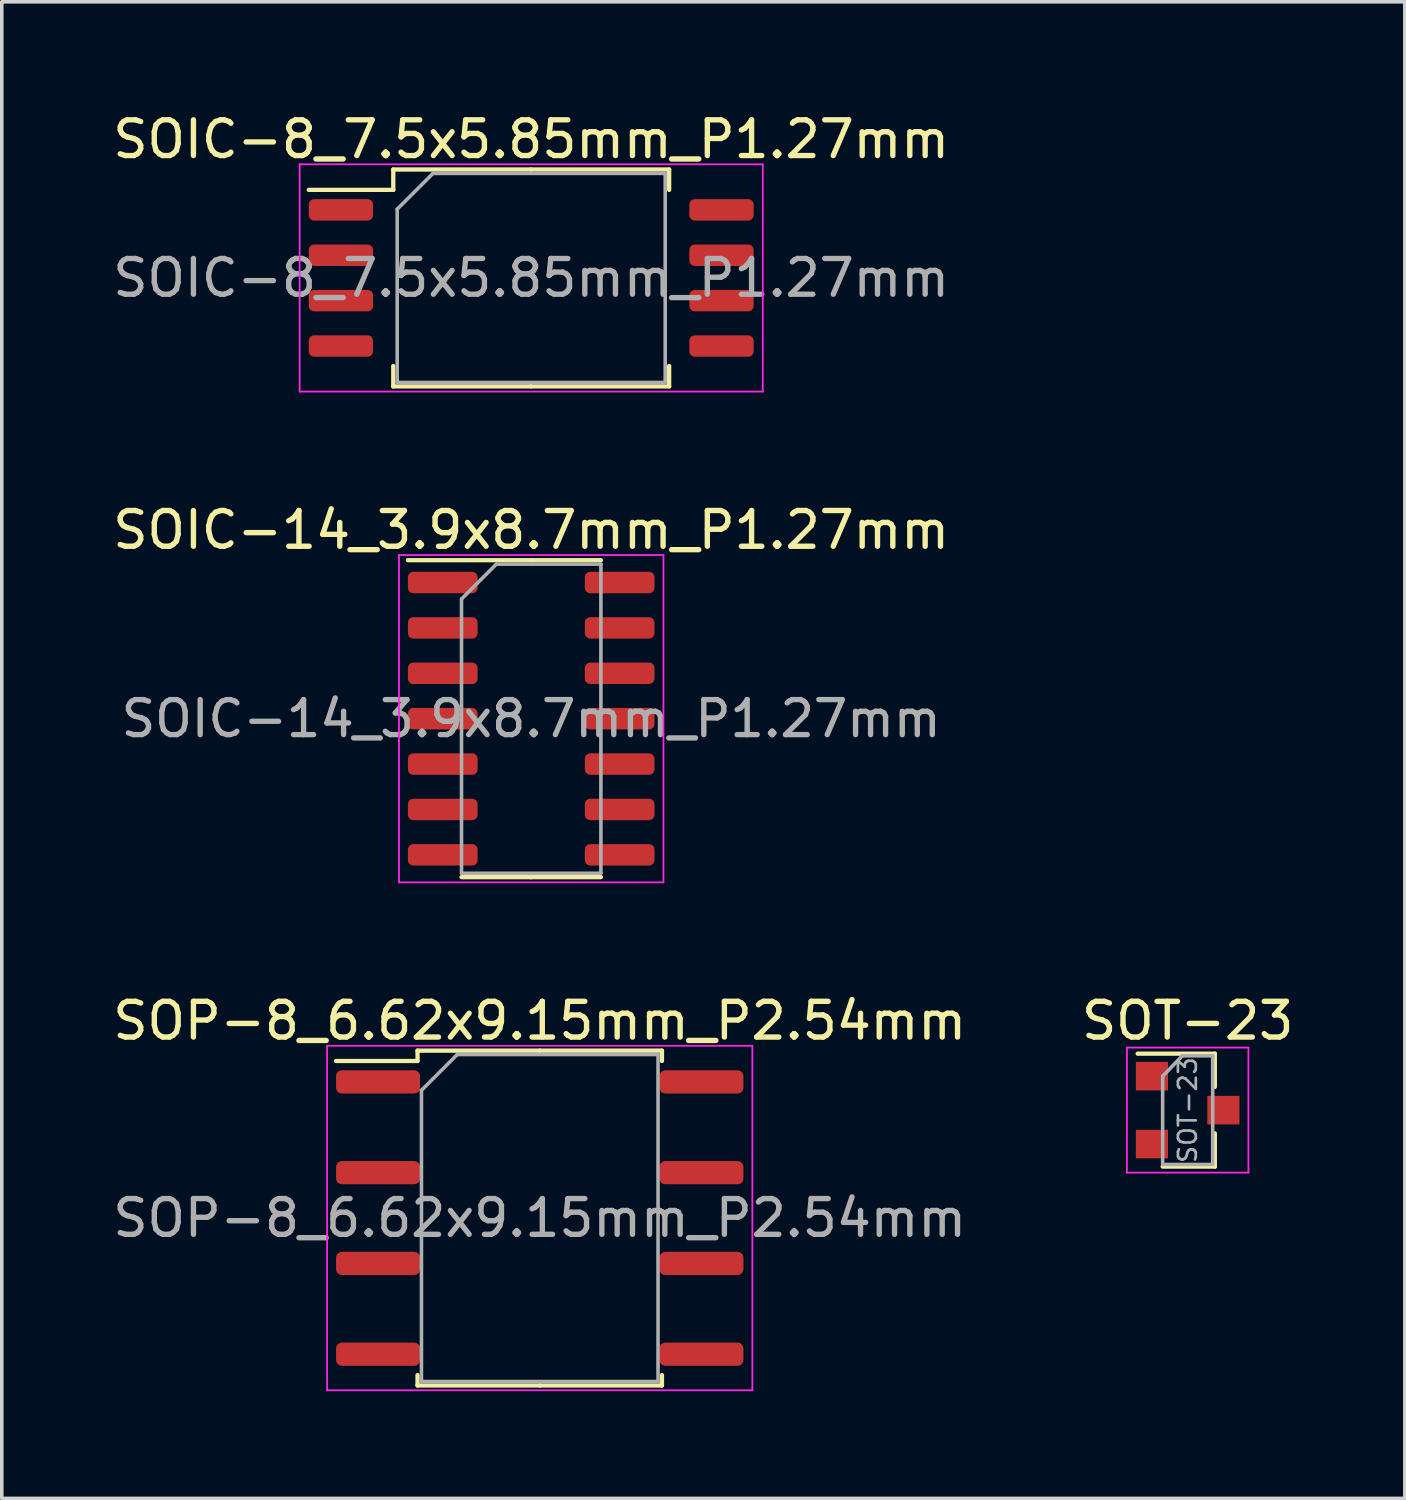
<source format=kicad_pcb>
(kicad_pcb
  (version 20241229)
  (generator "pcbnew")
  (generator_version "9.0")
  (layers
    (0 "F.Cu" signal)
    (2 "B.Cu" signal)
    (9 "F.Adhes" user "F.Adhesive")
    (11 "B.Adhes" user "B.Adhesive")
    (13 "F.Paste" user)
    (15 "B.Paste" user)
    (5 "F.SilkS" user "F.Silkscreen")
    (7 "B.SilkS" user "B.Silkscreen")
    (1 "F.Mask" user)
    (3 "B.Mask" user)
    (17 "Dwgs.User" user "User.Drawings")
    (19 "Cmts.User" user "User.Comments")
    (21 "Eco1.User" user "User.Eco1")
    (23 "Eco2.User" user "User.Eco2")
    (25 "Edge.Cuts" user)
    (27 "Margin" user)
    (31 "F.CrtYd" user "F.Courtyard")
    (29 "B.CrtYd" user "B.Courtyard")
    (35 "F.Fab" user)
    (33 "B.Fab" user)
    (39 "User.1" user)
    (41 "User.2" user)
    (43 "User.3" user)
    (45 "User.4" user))
  (footprint "SOIC-8_7.5x5.85mm_P1.27mm"
    (layer "F.Cu")
    (at 11.815 4.728)
    (property "Reference" "SOIC-8_7.5x5.85mm_P1.27mm" (at 0 -3.88 0) (layer "F.SilkS") (effects (font (size 1 1) (thickness 0.15))))
    (attr smd)
    (fp_line (start -3.86 -3.035) (end -3.86 -2.465) (stroke (width 0.12) (type solid)) (layer "F.SilkS"))
    (fp_line (start -3.86 -2.465) (end -6.225 -2.465) (stroke (width 0.12) (type solid)) (layer "F.SilkS"))
    (fp_line (start -3.86 3.035) (end -3.86 2.465) (stroke (width 0.12) (type solid)) (layer "F.SilkS"))
    (fp_line (start 0 -3.035) (end -3.86 -3.035) (stroke (width 0.12) (type solid)) (layer "F.SilkS"))
    (fp_line (start 0 -3.035) (end 3.86 -3.035) (stroke (width 0.12) (type solid)) (layer "F.SilkS"))
    (fp_line (start 0 3.035) (end -3.86 3.035) (stroke (width 0.12) (type solid)) (layer "F.SilkS"))
    (fp_line (start 0 3.035) (end 3.86 3.035) (stroke (width 0.12) (type solid)) (layer "F.SilkS"))
    (fp_line (start 3.86 -3.035) (end 3.86 -2.465) (stroke (width 0.12) (type solid)) (layer "F.SilkS"))
    (fp_line (start 3.86 3.035) (end 3.86 2.465) (stroke (width 0.12) (type solid)) (layer "F.SilkS"))
    (fp_line (start -6.48 -3.18) (end -6.48 3.18) (stroke (width 0.05) (type solid)) (layer "F.CrtYd"))
    (fp_line (start -6.48 3.18) (end 6.48 3.18) (stroke (width 0.05) (type solid)) (layer "F.CrtYd"))
    (fp_line (start 6.48 -3.18) (end -6.48 -3.18) (stroke (width 0.05) (type solid)) (layer "F.CrtYd"))
    (fp_line (start 6.48 3.18) (end 6.48 -3.18) (stroke (width 0.05) (type solid)) (layer "F.CrtYd"))
    (fp_line (start -3.75 -1.925) (end -2.75 -2.925) (stroke (width 0.1) (type solid)) (layer "F.Fab"))
    (fp_line (start -3.75 2.925) (end -3.75 -1.925) (stroke (width 0.1) (type solid)) (layer "F.Fab"))
    (fp_line (start -2.75 -2.925) (end 3.75 -2.925) (stroke (width 0.1) (type solid)) (layer "F.Fab"))
    (fp_line (start 3.75 -2.925) (end 3.75 2.925) (stroke (width 0.1) (type solid)) (layer "F.Fab"))
    (fp_line (start 3.75 2.925) (end -3.75 2.925) (stroke (width 0.1) (type solid)) (layer "F.Fab"))
    (fp_text user "${REFERENCE}" (at 0 0 0) (layer "F.Fab") (effects (font (size 1 1) (thickness 0.15))))
    (pad "1" smd roundrect (at -5.325 -1.905) (size 1.8 0.6) (layers "F.Cu" "F.Mask" "F.Paste") (roundrect_rratio 0.25))
    (pad "2" smd roundrect (at -5.325 -0.635) (size 1.8 0.6) (layers "F.Cu" "F.Mask" "F.Paste") (roundrect_rratio 0.25))
    (pad "3" smd roundrect (at -5.325 0.635) (size 1.8 0.6) (layers "F.Cu" "F.Mask" "F.Paste") (roundrect_rratio 0.25))
    (pad "4" smd roundrect (at -5.325 1.905) (size 1.8 0.6) (layers "F.Cu" "F.Mask" "F.Paste") (roundrect_rratio 0.25))
    (pad "5" smd roundrect (at 5.325 1.905) (size 1.8 0.6) (layers "F.Cu" "F.Mask" "F.Paste") (roundrect_rratio 0.25))
    (pad "6" smd roundrect (at 5.325 0.635) (size 1.8 0.6) (layers "F.Cu" "F.Mask" "F.Paste") (roundrect_rratio 0.25))
    (pad "7" smd roundrect (at 5.325 -0.635) (size 1.8 0.6) (layers "F.Cu" "F.Mask" "F.Paste") (roundrect_rratio 0.25))
    (pad "8" smd roundrect (at 5.325 -1.905) (size 1.8 0.6) (layers "F.Cu" "F.Mask" "F.Paste") (roundrect_rratio 0.25)))
  (footprint "SOIC-14_3.9x8.7mm_P1.27mm"
    (layer "F.Cu")
    (at 11.815 17.061)
    (property "Reference" "SOIC-14_3.9x8.7mm_P1.27mm" (at 0 -5.28 0) (layer "F.SilkS") (effects (font (size 1 1) (thickness 0.15))))
    (attr smd)
    (fp_line (start 0 -4.435) (end -3.45 -4.435) (stroke (width 0.12) (type solid)) (layer "F.SilkS"))
    (fp_line (start 0 -4.435) (end 1.95 -4.435) (stroke (width 0.12) (type solid)) (layer "F.SilkS"))
    (fp_line (start 0 4.435) (end -1.95 4.435) (stroke (width 0.12) (type solid)) (layer "F.SilkS"))
    (fp_line (start 0 4.435) (end 1.95 4.435) (stroke (width 0.12) (type solid)) (layer "F.SilkS"))
    (fp_line (start -3.7 -4.58) (end -3.7 4.58) (stroke (width 0.05) (type solid)) (layer "F.CrtYd"))
    (fp_line (start -3.7 4.58) (end 3.7 4.58) (stroke (width 0.05) (type solid)) (layer "F.CrtYd"))
    (fp_line (start 3.7 -4.58) (end -3.7 -4.58) (stroke (width 0.05) (type solid)) (layer "F.CrtYd"))
    (fp_line (start 3.7 4.58) (end 3.7 -4.58) (stroke (width 0.05) (type solid)) (layer "F.CrtYd"))
    (fp_line (start -1.95 -3.35) (end -0.975 -4.325) (stroke (width 0.1) (type solid)) (layer "F.Fab"))
    (fp_line (start -1.95 4.325) (end -1.95 -3.35) (stroke (width 0.1) (type solid)) (layer "F.Fab"))
    (fp_line (start -0.975 -4.325) (end 1.95 -4.325) (stroke (width 0.1) (type solid)) (layer "F.Fab"))
    (fp_line (start 1.95 -4.325) (end 1.95 4.325) (stroke (width 0.1) (type solid)) (layer "F.Fab"))
    (fp_line (start 1.95 4.325) (end -1.95 4.325) (stroke (width 0.1) (type solid)) (layer "F.Fab"))
    (fp_text user "${REFERENCE}" (at 0 0 0) (layer "F.Fab") (effects (font (size 0.98 0.98) (thickness 0.15))))
    (pad "1" smd roundrect (at -2.475 -3.81) (size 1.95 0.6) (layers "F.Cu" "F.Mask" "F.Paste") (roundrect_rratio 0.25))
    (pad "2" smd roundrect (at -2.475 -2.54) (size 1.95 0.6) (layers "F.Cu" "F.Mask" "F.Paste") (roundrect_rratio 0.25))
    (pad "3" smd roundrect (at -2.475 -1.27) (size 1.95 0.6) (layers "F.Cu" "F.Mask" "F.Paste") (roundrect_rratio 0.25))
    (pad "4" smd roundrect (at -2.475 0) (size 1.95 0.6) (layers "F.Cu" "F.Mask" "F.Paste") (roundrect_rratio 0.25))
    (pad "5" smd roundrect (at -2.475 1.27) (size 1.95 0.6) (layers "F.Cu" "F.Mask" "F.Paste") (roundrect_rratio 0.25))
    (pad "6" smd roundrect (at -2.475 2.54) (size 1.95 0.6) (layers "F.Cu" "F.Mask" "F.Paste") (roundrect_rratio 0.25))
    (pad "7" smd roundrect (at -2.475 3.81) (size 1.95 0.6) (layers "F.Cu" "F.Mask" "F.Paste") (roundrect_rratio 0.25))
    (pad "8" smd roundrect (at 2.475 3.81) (size 1.95 0.6) (layers "F.Cu" "F.Mask" "F.Paste") (roundrect_rratio 0.25))
    (pad "9" smd roundrect (at 2.475 2.54) (size 1.95 0.6) (layers "F.Cu" "F.Mask" "F.Paste") (roundrect_rratio 0.25))
    (pad "10" smd roundrect (at 2.475 1.27) (size 1.95 0.6) (layers "F.Cu" "F.Mask" "F.Paste") (roundrect_rratio 0.25))
    (pad "11" smd roundrect (at 2.475 0) (size 1.95 0.6) (layers "F.Cu" "F.Mask" "F.Paste") (roundrect_rratio 0.25))
    (pad "12" smd roundrect (at 2.475 -1.27) (size 1.95 0.6) (layers "F.Cu" "F.Mask" "F.Paste") (roundrect_rratio 0.25))
    (pad "13" smd roundrect (at 2.475 -2.54) (size 1.95 0.6) (layers "F.Cu" "F.Mask" "F.Paste") (roundrect_rratio 0.25))
    (pad "14" smd roundrect (at 2.475 -3.81) (size 1.95 0.6) (layers "F.Cu" "F.Mask" "F.Paste") (roundrect_rratio 0.25)))
  (footprint "SOT-23"
    (layer "F.Cu")
    (at 30.185 28.015)
    (property "Reference" "SOT-23" (at 0 -2.5 0) (layer "F.SilkS") (effects (font (size 1 1) (thickness 0.15))))
    (attr smd)
    (fp_line (start 0.76 -1.58) (end -1.4 -1.58) (stroke (width 0.12) (type solid)) (layer "F.SilkS"))
    (fp_line (start 0.76 -1.58) (end 0.76 -0.65) (stroke (width 0.12) (type solid)) (layer "F.SilkS"))
    (fp_line (start 0.76 1.58) (end -0.7 1.58) (stroke (width 0.12) (type solid)) (layer "F.SilkS"))
    (fp_line (start 0.76 1.58) (end 0.76 0.65) (stroke (width 0.12) (type solid)) (layer "F.SilkS"))
    (fp_line (start -1.7 -1.75) (end 1.7 -1.75) (stroke (width 0.05) (type solid)) (layer "F.CrtYd"))
    (fp_line (start -1.7 1.75) (end -1.7 -1.75) (stroke (width 0.05) (type solid)) (layer "F.CrtYd"))
    (fp_line (start 1.7 -1.75) (end 1.7 1.75) (stroke (width 0.05) (type solid)) (layer "F.CrtYd"))
    (fp_line (start 1.7 1.75) (end -1.7 1.75) (stroke (width 0.05) (type solid)) (layer "F.CrtYd"))
    (fp_line (start -0.7 -0.95) (end -0.7 1.5) (stroke (width 0.1) (type solid)) (layer "F.Fab"))
    (fp_line (start -0.7 -0.95) (end -0.15 -1.52) (stroke (width 0.1) (type solid)) (layer "F.Fab"))
    (fp_line (start -0.7 1.52) (end 0.7 1.52) (stroke (width 0.1) (type solid)) (layer "F.Fab"))
    (fp_line (start -0.15 -1.52) (end 0.7 -1.52) (stroke (width 0.1) (type solid)) (layer "F.Fab"))
    (fp_line (start 0.7 -1.52) (end 0.7 1.52) (stroke (width 0.1) (type solid)) (layer "F.Fab"))
    (fp_text user "${REFERENCE}" (at 0 0 90) (layer "F.Fab") (effects (font (size 0.5 0.5) (thickness 0.075))))
    (pad "1" smd rect (at -1 -0.95) (size 0.9 0.8) (layers "F.Cu" "F.Mask" "F.Paste"))
    (pad "2" smd rect (at -1 0.95) (size 0.9 0.8) (layers "F.Cu" "F.Mask" "F.Paste"))
    (pad "3" smd rect (at 1 0) (size 0.9 0.8) (layers "F.Cu" "F.Mask" "F.Paste")))
  (footprint "SOP-8_6.62x9.15mm_P2.54mm"
    (layer "F.Cu")
    (at 12.054 31.035)
    (property "Reference" "SOP-8_6.62x9.15mm_P2.54mm" (at 0 -5.52 0) (layer "F.SilkS") (effects (font (size 1 1) (thickness 0.15))))
    (attr smd)
    (fp_line (start -3.42 -4.685) (end -3.42 -4.395) (stroke (width 0.12) (type solid)) (layer "F.SilkS"))
    (fp_line (start -3.42 -4.395) (end -5.7 -4.395) (stroke (width 0.12) (type solid)) (layer "F.SilkS"))
    (fp_line (start -3.42 4.685) (end -3.42 4.395) (stroke (width 0.12) (type solid)) (layer "F.SilkS"))
    (fp_line (start 0 -4.685) (end -3.42 -4.685) (stroke (width 0.12) (type solid)) (layer "F.SilkS"))
    (fp_line (start 0 -4.685) (end 3.42 -4.685) (stroke (width 0.12) (type solid)) (layer "F.SilkS"))
    (fp_line (start 0 4.685) (end -3.42 4.685) (stroke (width 0.12) (type solid)) (layer "F.SilkS"))
    (fp_line (start 0 4.685) (end 3.42 4.685) (stroke (width 0.12) (type solid)) (layer "F.SilkS"))
    (fp_line (start 3.42 -4.685) (end 3.42 -4.395) (stroke (width 0.12) (type solid)) (layer "F.SilkS"))
    (fp_line (start 3.42 4.685) (end 3.42 4.395) (stroke (width 0.12) (type solid)) (layer "F.SilkS"))
    (fp_line (start -5.95 -4.82) (end -5.95 4.82) (stroke (width 0.05) (type solid)) (layer "F.CrtYd"))
    (fp_line (start -5.95 4.82) (end 5.95 4.82) (stroke (width 0.05) (type solid)) (layer "F.CrtYd"))
    (fp_line (start 5.95 -4.82) (end -5.95 -4.82) (stroke (width 0.05) (type solid)) (layer "F.CrtYd"))
    (fp_line (start 5.95 4.82) (end 5.95 -4.82) (stroke (width 0.05) (type solid)) (layer "F.CrtYd"))
    (fp_line (start -3.31 -3.575) (end -2.31 -4.575) (stroke (width 0.1) (type solid)) (layer "F.Fab"))
    (fp_line (start -3.31 4.575) (end -3.31 -3.575) (stroke (width 0.1) (type solid)) (layer "F.Fab"))
    (fp_line (start -2.31 -4.575) (end 3.31 -4.575) (stroke (width 0.1) (type solid)) (layer "F.Fab"))
    (fp_line (start 3.31 -4.575) (end 3.31 4.575) (stroke (width 0.1) (type solid)) (layer "F.Fab"))
    (fp_line (start 3.31 4.575) (end -3.31 4.575) (stroke (width 0.1) (type solid)) (layer "F.Fab"))
    (fp_text user "${REFERENCE}" (at 0 0 0) (layer "F.Fab") (effects (font (size 1 1) (thickness 0.15))))
    (pad "1" smd roundrect (at -4.525 -3.81) (size 2.35 0.65) (layers "F.Cu" "F.Mask" "F.Paste") (roundrect_rratio 0.25))
    (pad "2" smd roundrect (at -4.525 -1.27) (size 2.35 0.65) (layers "F.Cu" "F.Mask" "F.Paste") (roundrect_rratio 0.25))
    (pad "3" smd roundrect (at -4.525 1.27) (size 2.35 0.65) (layers "F.Cu" "F.Mask" "F.Paste") (roundrect_rratio 0.25))
    (pad "4" smd roundrect (at -4.525 3.81) (size 2.35 0.65) (layers "F.Cu" "F.Mask" "F.Paste") (roundrect_rratio 0.25))
    (pad "5" smd roundrect (at 4.525 3.81) (size 2.35 0.65) (layers "F.Cu" "F.Mask" "F.Paste") (roundrect_rratio 0.25))
    (pad "6" smd roundrect (at 4.525 1.27) (size 2.35 0.65) (layers "F.Cu" "F.Mask" "F.Paste") (roundrect_rratio 0.25))
    (pad "7" smd roundrect (at 4.525 -1.27) (size 2.35 0.65) (layers "F.Cu" "F.Mask" "F.Paste") (roundrect_rratio 0.25))
    (pad "8" smd roundrect (at 4.525 -3.81) (size 2.35 0.65) (layers "F.Cu" "F.Mask" "F.Paste") (roundrect_rratio 0.25)))
  (gr_rect
    (start -3 -3)
    (end 36.262 38.88)
    (stroke (width 0.1) (type default))
    (fill no)
    (layer "Edge.Cuts")))
</source>
